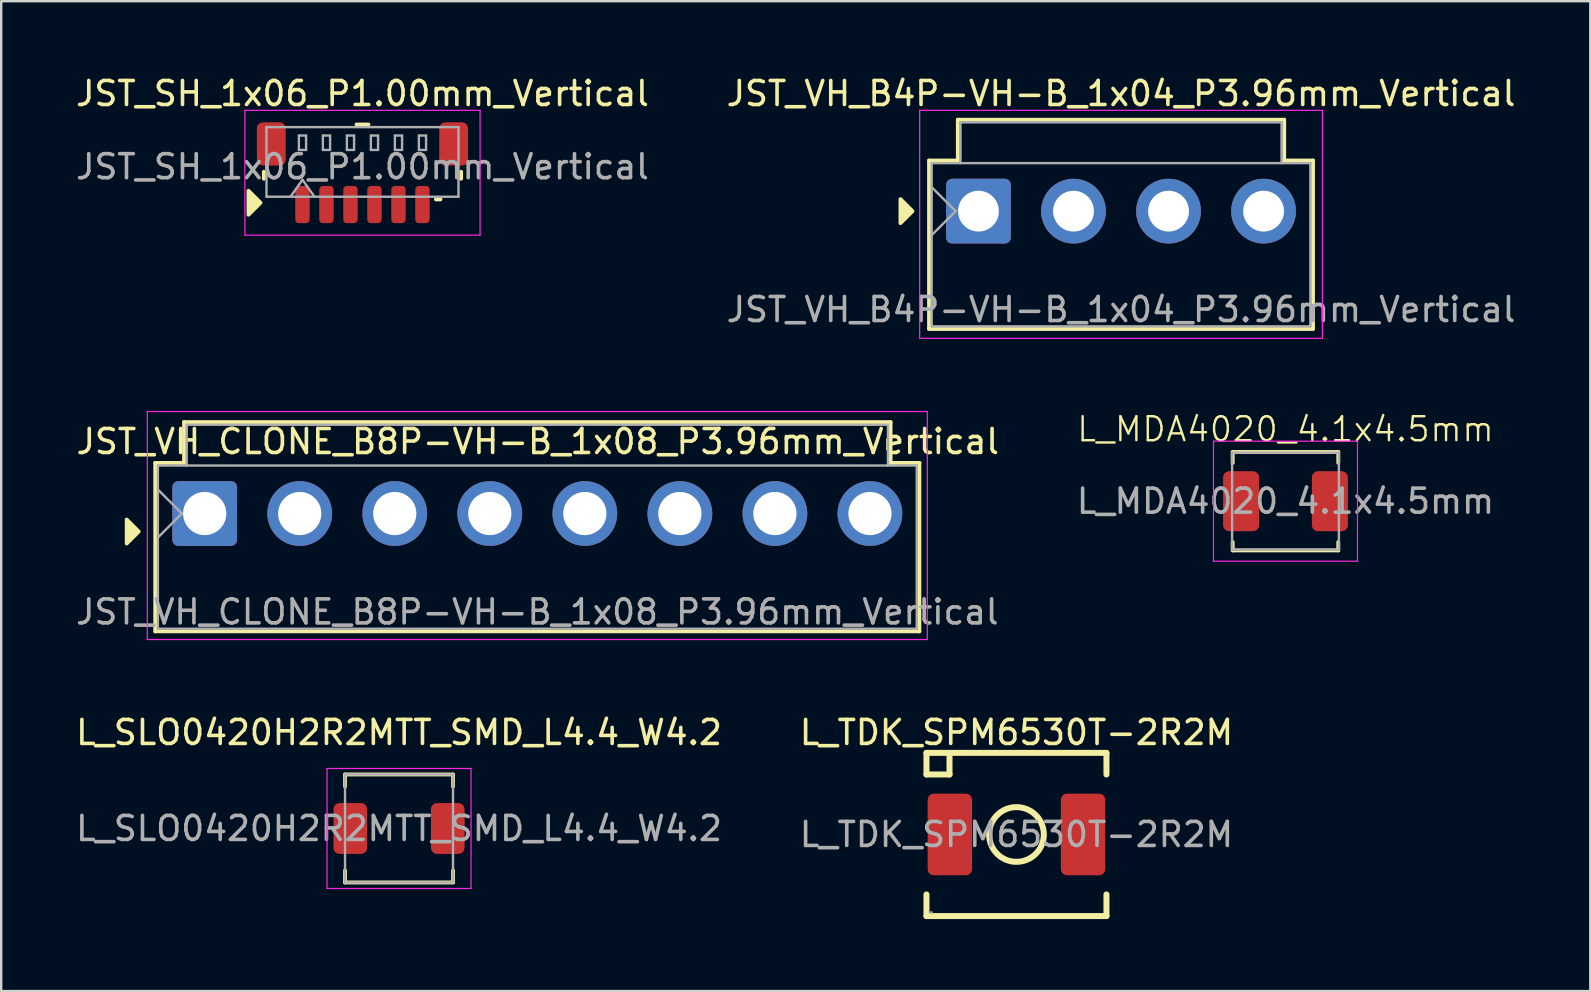
<source format=kicad_pcb>
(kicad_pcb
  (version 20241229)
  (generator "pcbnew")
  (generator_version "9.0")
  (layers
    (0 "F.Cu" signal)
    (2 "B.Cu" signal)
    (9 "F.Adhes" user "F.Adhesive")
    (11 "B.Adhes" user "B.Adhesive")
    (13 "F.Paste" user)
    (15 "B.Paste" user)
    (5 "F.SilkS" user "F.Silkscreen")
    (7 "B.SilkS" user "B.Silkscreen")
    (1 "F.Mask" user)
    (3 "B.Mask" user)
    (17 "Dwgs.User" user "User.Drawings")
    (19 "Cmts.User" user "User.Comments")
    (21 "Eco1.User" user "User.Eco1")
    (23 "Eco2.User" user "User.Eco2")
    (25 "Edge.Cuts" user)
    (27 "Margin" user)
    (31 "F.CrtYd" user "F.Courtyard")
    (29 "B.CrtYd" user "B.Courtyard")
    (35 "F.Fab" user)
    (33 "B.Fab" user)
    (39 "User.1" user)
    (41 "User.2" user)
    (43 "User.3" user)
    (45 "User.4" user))
  (footprint "L_MDA4020_4.1x4.5mm"
    (layer "F.Cu")
    (at 50.514 17.834)
    (property "Reference" "L_MDA4020_4.1x4.5mm" (at 0 -3 0) (unlocked yes) (layer "F.SilkS") (effects (font (size 1 1) (thickness 0.1))))
    (attr smd)
    (fp_line (start -2.2 -2.05) (end -2.2 -1.6) (stroke (width 0.16) (type default)) (layer "F.SilkS"))
    (fp_line (start -2.2 -2.05) (end 2.2 -2.05) (stroke (width 0.16) (type default)) (layer "F.SilkS"))
    (fp_line (start -2.2 1.7) (end -2.2 2.05) (stroke (width 0.16) (type default)) (layer "F.SilkS"))
    (fp_line (start -2.2 2.05) (end 2.2 2.05) (stroke (width 0.16) (type default)) (layer "F.SilkS"))
    (fp_line (start 2.2 -2.05) (end 2.2 -1.6) (stroke (width 0.16) (type default)) (layer "F.SilkS"))
    (fp_line (start 2.2 1.7) (end 2.2 2.05) (stroke (width 0.16) (type default)) (layer "F.SilkS"))
    (fp_line (start -3 -2.5) (end 3 -2.5) (stroke (width 0.05) (type default)) (layer "F.CrtYd"))
    (fp_line (start -3 2.5) (end -3 -2.5) (stroke (width 0.05) (type default)) (layer "F.CrtYd"))
    (fp_line (start 3 -2.5) (end 3 2.5) (stroke (width 0.05) (type default)) (layer "F.CrtYd"))
    (fp_line (start 3 2.5) (end -3 2.5) (stroke (width 0.05) (type default)) (layer "F.CrtYd"))
    (fp_rect (start -2.225 -2.025) (end 2.225 2.025) (stroke (width 0.1) (type default)) (fill no) (layer "F.Fab"))
    (fp_text user "${REFERENCE}" (at 0 0 0) (unlocked yes) (layer "F.Fab") (effects (font (size 1 1) (thickness 0.15))))
    (dimension (type aligned) (layer "User.1") (pts (xy 47.914 16.584) (xy 53.114 16.584)) (height -0.1) (format (prefix "") (suffix "") (units 3) (units_format 1) (precision 4)) (style (thickness 0.01) (arrow_length 0.01) (text_position_mode 2) (arrow_direction outward) (extension_height 0) (extension_offset 0) (keep_text_aligned yes)) (gr_text "5.2000 mm" (at 50.064 16.234 0) (layer "User.1") (effects (font (size 0.1 0.1) (thickness 0.15)))))
    (dimension (type aligned) (layer "User.1") (pts (xy 53.114 16.584) (xy 53.114 19.084)) (height -0.1) (format (prefix "") (suffix "") (units 3) (units_format 1) (precision 4)) (style (thickness 0.01) (arrow_length 0.01) (text_position_mode 2) (arrow_direction outward) (extension_height 0) (extension_offset 0) (keep_text_aligned yes)) (gr_text "2.5000 mm" (at 53.264 17.884 90) (layer "User.1") (effects (font (size 0.1 0.1) (thickness 0.15)))))
    (dimension (type aligned) (layer "User.1") (pts (xy 51.614 19.084) (xy 49.414 19.084)) (height -0.1) (format (prefix "") (suffix "") (units 3) (units_format 1) (precision 4)) (style (thickness 0.01) (arrow_length 0.01) (text_position_mode 2) (arrow_direction outward) (extension_height 0) (extension_offset 0) (keep_text_aligned yes)) (gr_text "2.2000 mm" (at 50.514 19.334 0) (layer "User.1") (effects (font (size 0.1 0.1) (thickness 0.15)))))
    (pad "1" smd roundrect (at -1.85 0) (size 1.5 2.5) (layers "F.Cu" "F.Mask" "F.Paste") (roundrect_rratio 0.167))
    (pad "2" smd roundrect (at 1.85 0) (size 1.5 2.5) (layers "F.Cu" "F.Mask" "F.Paste") (roundrect_rratio 0.167)))
  (footprint "JST_SH_1x06_P1.00mm_Vertical"
    (layer "F.Cu")
    (at 9.554 3.648)
    (property "Reference" "JST_SH_1x06_P1.00mm_Vertical" (at 2.5 -2.8 0) (layer "F.SilkS") (effects (font (size 1 1) (thickness 0.15))))
    (attr smd)
    (fp_line (start -1.61 0.46) (end -1.61 0.75) (stroke (width 0.16) (type solid)) (layer "F.SilkS"))
    (fp_line (start 2.25 -1.51) (end 2.75 -1.51) (stroke (width 0.16) (type solid)) (layer "F.SilkS"))
    (fp_line (start 5.75 1.61) (end 5.56 1.61) (stroke (width 0.16) (type solid)) (layer "F.SilkS"))
    (fp_line (start 6.61 0.46) (end 6.61 0.75) (stroke (width 0.16) (type solid)) (layer "F.SilkS"))
    (fp_poly (pts (xy -2.25 1.25) (xy -1.75 1.75) (xy -2.25 2.25)) (stroke (width 0.16) (type solid)) (fill yes) (layer "F.SilkS"))
    (fp_line (start -2.4 -2.1) (end -2.4 3.1) (stroke (width 0.05) (type solid)) (layer "F.CrtYd"))
    (fp_line (start -2.4 3.1) (end 7.4 3.1) (stroke (width 0.05) (type solid)) (layer "F.CrtYd"))
    (fp_line (start 7.4 -2.1) (end -2.4 -2.1) (stroke (width 0.05) (type solid)) (layer "F.CrtYd"))
    (fp_line (start 7.4 3.1) (end 7.4 -2.1) (stroke (width 0.05) (type solid)) (layer "F.CrtYd"))
    (fp_line (start -1.5 -1.4) (end 6.5 -1.4) (stroke (width 0.1) (type solid)) (layer "F.Fab"))
    (fp_line (start -1.5 1.5) (end -1.5 -1.4) (stroke (width 0.1) (type solid)) (layer "F.Fab"))
    (fp_line (start -1.5 1.5) (end 6.5 1.5) (stroke (width 0.1) (type solid)) (layer "F.Fab"))
    (fp_line (start -0.5 1.5) (end 0 0.793) (stroke (width 0.1) (type solid)) (layer "F.Fab"))
    (fp_line (start -0.15 -1.05) (end -0.15 -0.45) (stroke (width 0.1) (type solid)) (layer "F.Fab"))
    (fp_line (start -0.15 -0.45) (end 0.15 -0.45) (stroke (width 0.1) (type solid)) (layer "F.Fab"))
    (fp_line (start 0 0.793) (end 0.5 1.5) (stroke (width 0.1) (type solid)) (layer "F.Fab"))
    (fp_line (start 0.15 -1.05) (end -0.15 -1.05) (stroke (width 0.1) (type solid)) (layer "F.Fab"))
    (fp_line (start 0.15 -0.45) (end 0.15 -1.05) (stroke (width 0.1) (type solid)) (layer "F.Fab"))
    (fp_line (start 0.85 -1.05) (end 0.85 -0.45) (stroke (width 0.1) (type solid)) (layer "F.Fab"))
    (fp_line (start 0.85 -0.45) (end 1.15 -0.45) (stroke (width 0.1) (type solid)) (layer "F.Fab"))
    (fp_line (start 1.15 -1.05) (end 0.85 -1.05) (stroke (width 0.1) (type solid)) (layer "F.Fab"))
    (fp_line (start 1.15 -0.45) (end 1.15 -1.05) (stroke (width 0.1) (type solid)) (layer "F.Fab"))
    (fp_line (start 1.85 -1.05) (end 1.85 -0.45) (stroke (width 0.1) (type solid)) (layer "F.Fab"))
    (fp_line (start 1.85 -0.45) (end 2.15 -0.45) (stroke (width 0.1) (type solid)) (layer "F.Fab"))
    (fp_line (start 2.15 -1.05) (end 1.85 -1.05) (stroke (width 0.1) (type solid)) (layer "F.Fab"))
    (fp_line (start 2.15 -0.45) (end 2.15 -1.05) (stroke (width 0.1) (type solid)) (layer "F.Fab"))
    (fp_line (start 2.85 -1.05) (end 2.85 -0.45) (stroke (width 0.1) (type solid)) (layer "F.Fab"))
    (fp_line (start 2.85 -0.45) (end 3.15 -0.45) (stroke (width 0.1) (type solid)) (layer "F.Fab"))
    (fp_line (start 3.15 -1.05) (end 2.85 -1.05) (stroke (width 0.1) (type solid)) (layer "F.Fab"))
    (fp_line (start 3.15 -0.45) (end 3.15 -1.05) (stroke (width 0.1) (type solid)) (layer "F.Fab"))
    (fp_line (start 3.85 -1.05) (end 3.85 -0.45) (stroke (width 0.1) (type solid)) (layer "F.Fab"))
    (fp_line (start 3.85 -0.45) (end 4.15 -0.45) (stroke (width 0.1) (type solid)) (layer "F.Fab"))
    (fp_line (start 4.15 -1.05) (end 3.85 -1.05) (stroke (width 0.1) (type solid)) (layer "F.Fab"))
    (fp_line (start 4.15 -0.45) (end 4.15 -1.05) (stroke (width 0.1) (type solid)) (layer "F.Fab"))
    (fp_line (start 4.85 -1.05) (end 4.85 -0.45) (stroke (width 0.1) (type solid)) (layer "F.Fab"))
    (fp_line (start 4.85 -0.45) (end 5.15 -0.45) (stroke (width 0.1) (type solid)) (layer "F.Fab"))
    (fp_line (start 5.15 -1.05) (end 4.85 -1.05) (stroke (width 0.1) (type solid)) (layer "F.Fab"))
    (fp_line (start 5.15 -0.45) (end 5.15 -1.05) (stroke (width 0.1) (type solid)) (layer "F.Fab"))
    (fp_line (start 6.5 1.5) (end 6.5 -1.4) (stroke (width 0.1) (type solid)) (layer "F.Fab"))
    (fp_text user "${REFERENCE}" (at 2.5 0.25 0) (layer "F.Fab") (effects (font (size 1 1) (thickness 0.15))))
    (pad "1" smd roundrect (at 0 1.825) (size 0.6 1.55) (layers "F.Cu" "F.Mask" "F.Paste") (roundrect_rratio 0.25))
    (pad "2" smd roundrect (at 1 1.825) (size 0.6 1.55) (layers "F.Cu" "F.Mask" "F.Paste") (roundrect_rratio 0.25))
    (pad "3" smd roundrect (at 2 1.825) (size 0.6 1.55) (layers "F.Cu" "F.Mask" "F.Paste") (roundrect_rratio 0.25))
    (pad "4" smd roundrect (at 3 1.825) (size 0.6 1.55) (layers "F.Cu" "F.Mask" "F.Paste") (roundrect_rratio 0.25))
    (pad "5" smd roundrect (at 4 1.825) (size 0.6 1.55) (layers "F.Cu" "F.Mask" "F.Paste") (roundrect_rratio 0.25))
    (pad "6" smd roundrect (at 5 1.825) (size 0.6 1.55) (layers "F.Cu" "F.Mask" "F.Paste") (roundrect_rratio 0.25))
    (pad "MP" smd roundrect (at -1.3 -0.7) (size 1.2 1.8) (layers "F.Cu" "F.Mask" "F.Paste") (roundrect_rratio 0.208))
    (pad "MP" smd roundrect (at 6.3 -0.7) (size 1.2 1.8) (layers "F.Cu" "F.Mask" "F.Paste") (roundrect_rratio 0.208)))
  (footprint "L_SLO0420H2R2MTT_SMD_L4.4_W4.2"
    (layer "F.Cu")
    (at 13.577 31.471)
    (property "Reference" "L_SLO0420H2R2MTT_SMD_L4.4_W4.2" (at 0 -4 0) (layer "F.SilkS") (effects (font (size 1 1) (thickness 0.15))))
    (attr smd)
    (fp_line (start -2.25 -2.25) (end 2.25 -2.25) (stroke (width 0.16) (type solid)) (layer "F.SilkS"))
    (fp_line (start -2.25 -1.75) (end -2.25 -2.25) (stroke (width 0.16) (type solid)) (layer "F.SilkS"))
    (fp_line (start -2.25 1.75) (end -2.25 2.25) (stroke (width 0.16) (type solid)) (layer "F.SilkS"))
    (fp_line (start -2.25 2.25) (end 2.25 2.25) (stroke (width 0.16) (type solid)) (layer "F.SilkS"))
    (fp_line (start 2.25 -2.25) (end 2.25 -1.75) (stroke (width 0.16) (type solid)) (layer "F.SilkS"))
    (fp_line (start 2.25 2.25) (end 2.25 1.75) (stroke (width 0.16) (type solid)) (layer "F.SilkS"))
    (fp_line (start -3 -2.5) (end 3 -2.5) (stroke (width 0.05) (type default)) (layer "F.CrtYd"))
    (fp_line (start -3 2.5) (end -3 -2.5) (stroke (width 0.05) (type default)) (layer "F.CrtYd"))
    (fp_line (start 3 -2.5) (end 3 2.5) (stroke (width 0.05) (type default)) (layer "F.CrtYd"))
    (fp_line (start 3 2.5) (end -3 2.5) (stroke (width 0.05) (type default)) (layer "F.CrtYd"))
    (fp_line (start -2.25 -2.25) (end 2.25 -2.25) (stroke (width 0.1) (type default)) (layer "F.Fab"))
    (fp_line (start -2.25 2.25) (end -2.25 -2.25) (stroke (width 0.1) (type default)) (layer "F.Fab"))
    (fp_line (start 2.25 -2.25) (end 2.25 2.25) (stroke (width 0.1) (type default)) (layer "F.Fab"))
    (fp_line (start 2.25 2.25) (end -2.25 2.25) (stroke (width 0.1) (type default)) (layer "F.Fab"))
    (fp_text user "${REFERENCE}" (at 0 0 0) (layer "F.Fab") (effects (font (size 1 1) (thickness 0.15))))
    (pad "1" smd roundrect (at 2.03 0) (size 1.4 2.12) (layers "F.Cu" "F.Mask" "F.Paste") (roundrect_rratio 0.179))
    (pad "2" smd roundrect (at -2.03 0) (size 1.4 2.12) (layers "F.Cu" "F.Mask" "F.Paste") (roundrect_rratio 0.179)))
  (footprint "L_TDK_SPM6530T-2R2M"
    (layer "F.Cu")
    (at 39.304 31.721)
    (property "Reference" "L_TDK_SPM6530T-2R2M" (at 0 -4.25 0) (layer "F.SilkS") (effects (font (size 1 1) (thickness 0.15))))
    (attr smd)
    (fp_line (start -3.75 -3.4) (end -3.75 -2.5) (stroke (width 0.25) (type solid)) (layer "F.SilkS"))
    (fp_line (start -3.75 -3.4) (end 3.75 -3.4) (stroke (width 0.25) (type solid)) (layer "F.SilkS"))
    (fp_line (start -3.75 2.5) (end -3.75 3.4) (stroke (width 0.25) (type solid)) (layer "F.SilkS"))
    (fp_line (start -2.79 -3.3) (end -2.79 -2.5) (stroke (width 0.25) (type solid)) (layer "F.SilkS"))
    (fp_line (start -2.79 -2.5) (end -3.75 -2.5) (stroke (width 0.25) (type solid)) (layer "F.SilkS"))
    (fp_line (start 3.75 -3.4) (end 3.75 -2.5) (stroke (width 0.25) (type solid)) (layer "F.SilkS"))
    (fp_line (start 3.75 2.5) (end 3.75 3.4) (stroke (width 0.25) (type solid)) (layer "F.SilkS"))
    (fp_line (start 3.75 3.4) (end -3.75 3.4) (stroke (width 0.25) (type solid)) (layer "F.SilkS"))
    (fp_circle (center 0 0) (end 1.14 0) (stroke (width 0.25) (type solid)) (fill no) (layer "F.SilkS"))
    (fp_circle (center -3.55 3.25) (end -3.52 3.25) (stroke (width 0.06) (type solid)) (fill no) (layer "F.Fab"))
    (fp_text user "${REFERENCE}" (at 0 0 0) (layer "F.Fab") (effects (font (size 1 1) (thickness 0.15))))
    (pad "1" smd roundrect (at -2.775 0) (size 1.85 3.4) (layers "F.Cu" "F.Mask" "F.Paste") (roundrect_rratio 0.135))
    (pad "2" smd roundrect (at 2.775 0) (size 1.85 3.4) (layers "F.Cu" "F.Mask" "F.Paste") (roundrect_rratio 0.135)))
  (footprint "JST_VH_B4P-VH-B_1x04_P3.96mm_Vertical"
    (layer "F.Cu")
    (at 43.661 5.748)
    (property "Reference" "JST_VH_B4P-VH-B_1x04_P3.96mm_Vertical" (at 0 -4.9 0) (layer "F.SilkS") (effects (font (size 1 1) (thickness 0.15))))
    (attr through_hole)
    (fp_line (start -8 -2.11) (end -6.8 -2.11) (stroke (width 0.16) (type solid)) (layer "F.SilkS"))
    (fp_line (start -8 4.91) (end -8 -2.11) (stroke (width 0.16) (type solid)) (layer "F.SilkS"))
    (fp_line (start -6.8 -3.81) (end 6.8 -3.81) (stroke (width 0.16) (type solid)) (layer "F.SilkS"))
    (fp_line (start -6.8 -2.11) (end -6.8 -3.81) (stroke (width 0.16) (type solid)) (layer "F.SilkS"))
    (fp_line (start 6.8 -3.81) (end 6.8 -2.11) (stroke (width 0.16) (type solid)) (layer "F.SilkS"))
    (fp_line (start 6.8 -2.11) (end 8 -2.11) (stroke (width 0.16) (type solid)) (layer "F.SilkS"))
    (fp_line (start 8 -2.11) (end 8 4.91) (stroke (width 0.16) (type solid)) (layer "F.SilkS"))
    (fp_line (start 8 4.91) (end -8 4.91) (stroke (width 0.16) (type solid)) (layer "F.SilkS"))
    (fp_poly (pts (xy -9.19 -0.5) (xy -8.69 0) (xy -9.19 0.5)) (stroke (width 0.16) (type solid)) (fill yes) (layer "F.SilkS"))
    (fp_line (start -8.39 -4.2) (end -8.39 5.3) (stroke (width 0.05) (type solid)) (layer "F.CrtYd"))
    (fp_line (start -8.39 5.3) (end 8.39 5.3) (stroke (width 0.05) (type solid)) (layer "F.CrtYd"))
    (fp_line (start 8.39 -4.2) (end -8.39 -4.2) (stroke (width 0.05) (type solid)) (layer "F.CrtYd"))
    (fp_line (start 8.39 5.3) (end 8.39 -4.2) (stroke (width 0.05) (type solid)) (layer "F.CrtYd"))
    (fp_line (start -7.89 -2) (end -7.89 4.8) (stroke (width 0.1) (type solid)) (layer "F.Fab"))
    (fp_line (start -7.89 -1) (end -6.89 0) (stroke (width 0.1) (type solid)) (layer "F.Fab"))
    (fp_line (start -7.89 1) (end -6.89 0) (stroke (width 0.1) (type solid)) (layer "F.Fab"))
    (fp_line (start -7.89 4.8) (end 7.89 4.8) (stroke (width 0.1) (type solid)) (layer "F.Fab"))
    (fp_line (start -6.69 -3.7) (end 6.69 -3.7) (stroke (width 0.1) (type solid)) (layer "F.Fab"))
    (fp_line (start -6.69 -2) (end -6.69 -3.7) (stroke (width 0.1) (type solid)) (layer "F.Fab"))
    (fp_line (start 6.69 -3.7) (end 6.69 -2) (stroke (width 0.1) (type solid)) (layer "F.Fab"))
    (fp_line (start 7.89 -2) (end -7.89 -2) (stroke (width 0.1) (type solid)) (layer "F.Fab"))
    (fp_line (start 7.89 4.8) (end 7.89 -2) (stroke (width 0.1) (type solid)) (layer "F.Fab"))
    (fp_text user "${REFERENCE}" (at 0 4.1 0) (layer "F.Fab") (effects (font (size 1 1) (thickness 0.15))))
    (pad "1" thru_hole roundrect (at -5.94 0) (size 2.7 2.7) (drill 1.7) (layers "*.Cu" "*.Mask") (roundrect_rratio 0.093))
    (pad "2" thru_hole circle (at -1.98 0) (size 2.7 2.7) (drill 1.7) (layers "*.Cu" "*.Mask"))
    (pad "3" thru_hole circle (at 1.98 0) (size 2.7 2.7) (drill 1.7) (layers "*.Cu" "*.Mask"))
    (pad "4" thru_hole circle (at 5.94 0) (size 2.7 2.7) (drill 1.7) (layers "*.Cu" "*.Mask")))
  (footprint "JST_VH_CLONE_B8P-VH-B_1x08_P3.96mm_Vertical"
    (layer "F.Cu")
    (at 19.359 18.348)
    (property "Reference" "JST_VH_CLONE_B8P-VH-B_1x08_P3.96mm_Vertical" (at 0 -3 0) (layer "F.SilkS") (effects (font (size 1 1) (thickness 0.15))))
    (attr through_hole)
    (fp_line (start -15.94 -2.11) (end -14.74 -2.11) (stroke (width 0.16) (type solid)) (layer "F.SilkS"))
    (fp_line (start -15.94 4.91) (end -15.94 -2.11) (stroke (width 0.16) (type solid)) (layer "F.SilkS"))
    (fp_line (start -14.74 -3.81) (end 14.7 -3.81) (stroke (width 0.16) (type solid)) (layer "F.SilkS"))
    (fp_line (start -14.74 -2.11) (end -14.74 -3.81) (stroke (width 0.16) (type solid)) (layer "F.SilkS"))
    (fp_line (start 14.7 -3.81) (end 14.7 -2.11) (stroke (width 0.16) (type solid)) (layer "F.SilkS"))
    (fp_line (start 14.7 -2.11) (end 15.9 -2.11) (stroke (width 0.16) (type solid)) (layer "F.SilkS"))
    (fp_line (start 15.9 -2.11) (end 15.9 4.91) (stroke (width 0.16) (type solid)) (layer "F.SilkS"))
    (fp_line (start 15.9 4.91) (end -15.94 4.91) (stroke (width 0.16) (type solid)) (layer "F.SilkS"))
    (fp_poly (pts (xy -17.13 0.25) (xy -16.63 0.75) (xy -17.13 1.25)) (stroke (width 0.16) (type solid)) (fill yes) (layer "F.SilkS"))
    (fp_line (start -16.27 -4.25) (end -16.27 5.25) (stroke (width 0.05) (type solid)) (layer "F.CrtYd"))
    (fp_line (start -16.27 5.25) (end 16.23 5.25) (stroke (width 0.05) (type solid)) (layer "F.CrtYd"))
    (fp_line (start 16.23 -4.25) (end -16.27 -4.25) (stroke (width 0.05) (type solid)) (layer "F.CrtYd"))
    (fp_line (start 16.23 5.25) (end 16.23 -4.25) (stroke (width 0.05) (type solid)) (layer "F.CrtYd"))
    (fp_line (start -15.83 -2) (end -15.83 4.8) (stroke (width 0.1) (type solid)) (layer "F.Fab"))
    (fp_line (start -15.83 -1) (end -14.83 0) (stroke (width 0.1) (type solid)) (layer "F.Fab"))
    (fp_line (start -15.83 1) (end -14.83 0) (stroke (width 0.1) (type solid)) (layer "F.Fab"))
    (fp_line (start -15.83 4.8) (end 15.79 4.8) (stroke (width 0.1) (type solid)) (layer "F.Fab"))
    (fp_line (start -14.63 -3.7) (end 14.59 -3.7) (stroke (width 0.1) (type solid)) (layer "F.Fab"))
    (fp_line (start -14.63 -2) (end -14.63 -3.7) (stroke (width 0.1) (type solid)) (layer "F.Fab"))
    (fp_line (start 14.59 -3.7) (end 14.59 -2) (stroke (width 0.1) (type solid)) (layer "F.Fab"))
    (fp_line (start 15.79 -2) (end -15.83 -2) (stroke (width 0.1) (type solid)) (layer "F.Fab"))
    (fp_line (start 15.79 4.8) (end 15.79 -2) (stroke (width 0.1) (type solid)) (layer "F.Fab"))
    (fp_text user "${REFERENCE}" (at -0.02 4.1 0) (layer "F.Fab") (effects (font (size 1 1) (thickness 0.15))))
    (pad "1" thru_hole roundrect (at -13.88 0) (size 2.7 2.7) (drill 1.8) (layers "*.Cu" "*.Mask") (roundrect_rratio 0.093))
    (pad "2" thru_hole circle (at -9.92 0) (size 2.7 2.7) (drill 1.8) (layers "*.Cu" "*.Mask"))
    (pad "3" thru_hole circle (at -5.96 0) (size 2.7 2.7) (drill 1.8) (layers "*.Cu" "*.Mask"))
    (pad "4" thru_hole circle (at -2 0) (size 2.7 2.7) (drill 1.8) (layers "*.Cu" "*.Mask"))
    (pad "5" thru_hole circle (at 1.96 0) (size 2.7 2.7) (drill 1.8) (layers "*.Cu" "*.Mask"))
    (pad "6" thru_hole circle (at 5.92 0) (size 2.7 2.7) (drill 1.8) (layers "*.Cu" "*.Mask"))
    (pad "7" thru_hole circle (at 9.88 0) (size 2.7 2.7) (drill 1.8) (layers "*.Cu" "*.Mask"))
    (pad "8" thru_hole circle (at 13.84 0) (size 2.7 2.7) (drill 1.8) (layers "*.Cu" "*.Mask")))
  (gr_rect
    (start -3 -3)
    (end 63.214 38.246)
    (stroke (width 0.1) (type default))
    (fill no)
    (layer "Edge.Cuts")))
</source>
